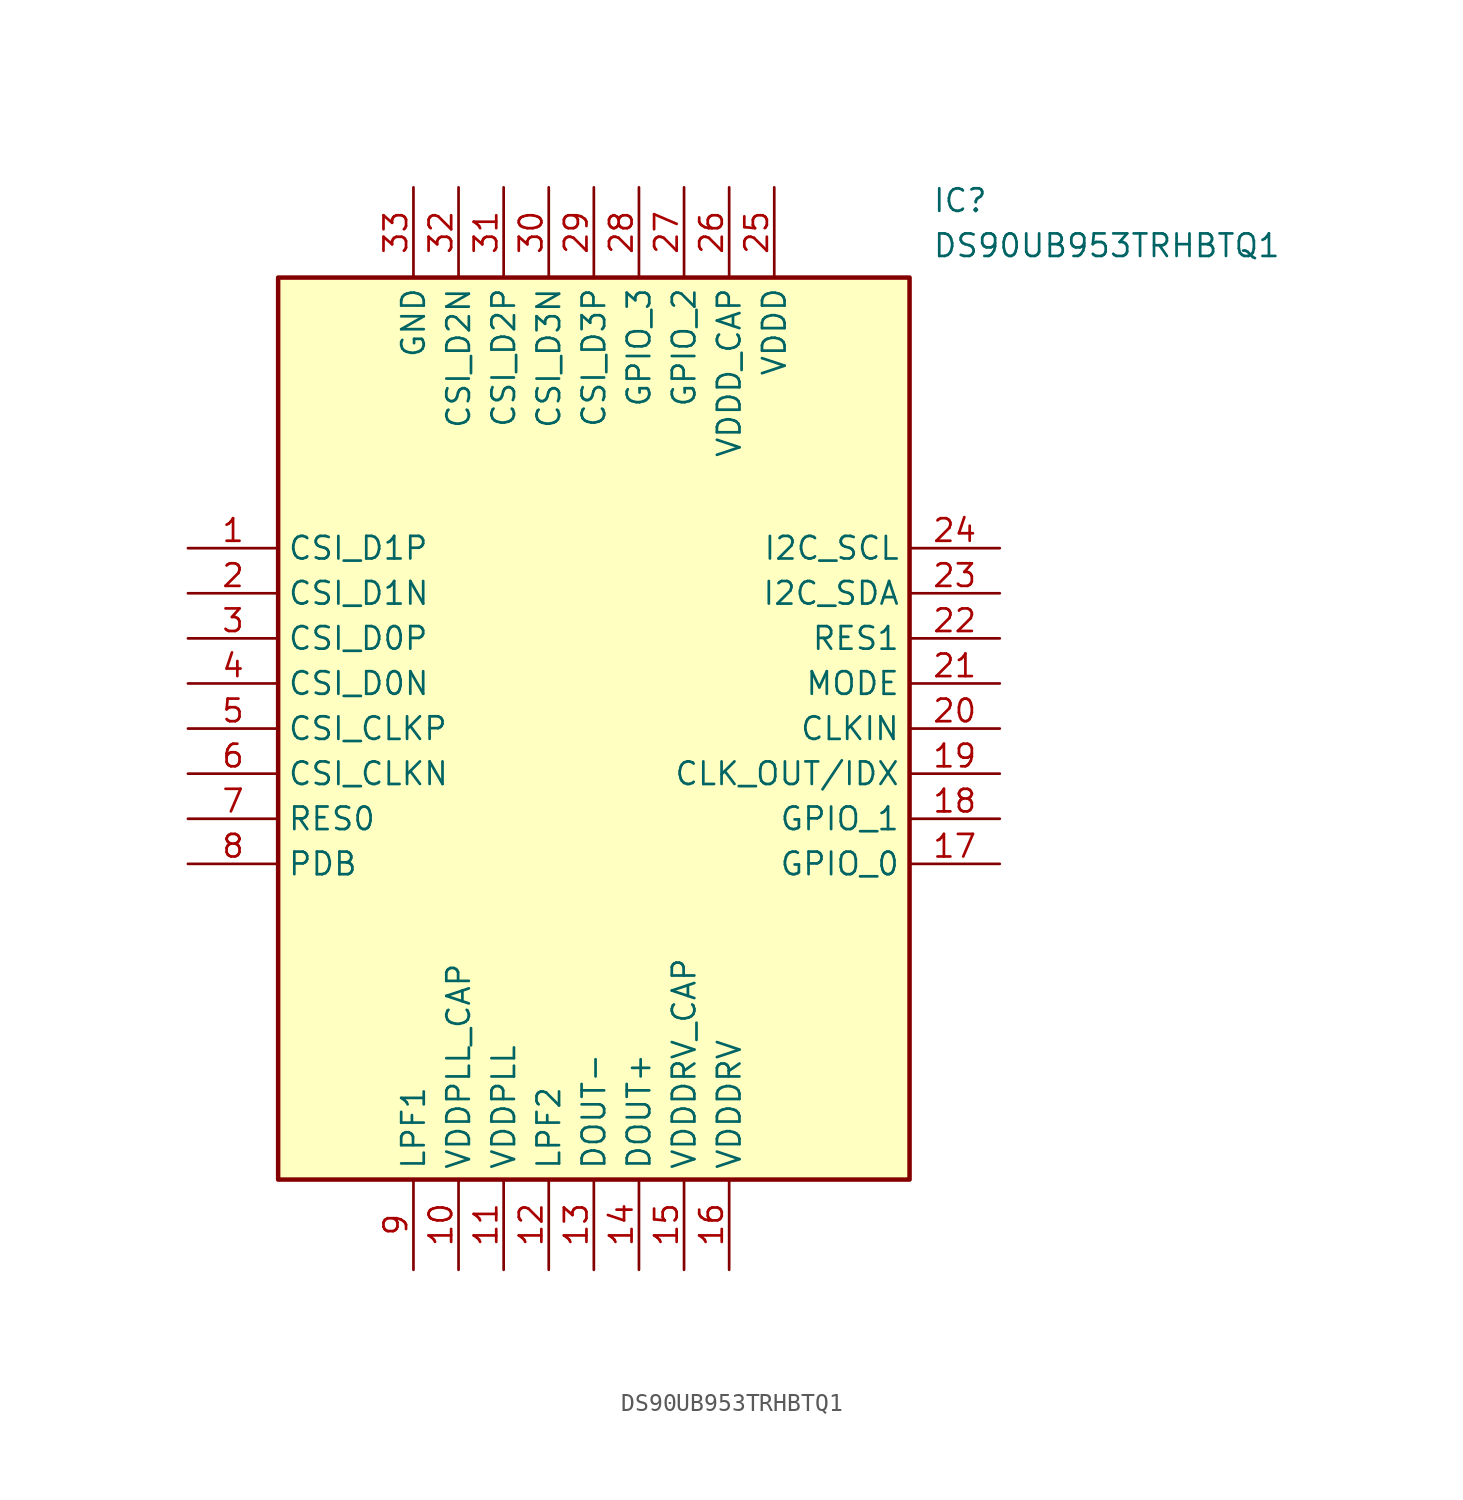
<source format=kicad_sym>
(kicad_symbol_lib
  (version 20211014)
  (generator SamacSys_ECAD_Model)
  (symbol "DS90UB953TRHBTQ1"
    (property "Reference" "IC"
      (at 41.91 20.32 0)
      (effects (font (size 1.27 1.27)) (justify left top)))
    (property "Value" "DS90UB953TRHBTQ1"
      (at 41.91 17.78 0)
      (effects (font (size 1.27 1.27)) (justify left top)))
    (rectangle
      (start 5.08 15.24)
      (end 40.64 -35.56)
      (stroke (width 0.254) (type default))
      (fill (type background)))
    (pin passive line
      (at 0 0 0)
      (length 5.08)
      (name "CSI_D1P" (effects (font (size 1.27 1.27))))
      (number "1" (effects (font (size 1.27 1.27)))))
    (pin passive line
      (at 0 -2.54 0)
      (length 5.08)
      (name "CSI_D1N" (effects (font (size 1.27 1.27))))
      (number "2" (effects (font (size 1.27 1.27)))))
    (pin passive line
      (at 0 -5.08 0)
      (length 5.08)
      (name "CSI_D0P" (effects (font (size 1.27 1.27))))
      (number "3" (effects (font (size 1.27 1.27)))))
    (pin passive line
      (at 0 -7.62 0)
      (length 5.08)
      (name "CSI_D0N" (effects (font (size 1.27 1.27))))
      (number "4" (effects (font (size 1.27 1.27)))))
    (pin passive line
      (at 0 -10.16 0)
      (length 5.08)
      (name "CSI_CLKP" (effects (font (size 1.27 1.27))))
      (number "5" (effects (font (size 1.27 1.27)))))
    (pin passive line
      (at 0 -12.7 0)
      (length 5.08)
      (name "CSI_CLKN" (effects (font (size 1.27 1.27))))
      (number "6" (effects (font (size 1.27 1.27)))))
    (pin passive line
      (at 0 -15.24 0)
      (length 5.08)
      (name "RES0" (effects (font (size 1.27 1.27))))
      (number "7" (effects (font (size 1.27 1.27)))))
    (pin passive line
      (at 0 -17.78 0)
      (length 5.08)
      (name "PDB" (effects (font (size 1.27 1.27))))
      (number "8" (effects (font (size 1.27 1.27)))))
    (pin passive line
      (at 12.7 -40.64 90)
      (length 5.08)
      (name "LPF1" (effects (font (size 1.27 1.27))))
      (number "9" (effects (font (size 1.27 1.27)))))
    (pin passive line
      (at 15.24 -40.64 90)
      (length 5.08)
      (name "VDDPLL_CAP" (effects (font (size 1.27 1.27))))
      (number "10" (effects (font (size 1.27 1.27)))))
    (pin passive line
      (at 17.78 -40.64 90)
      (length 5.08)
      (name "VDDPLL" (effects (font (size 1.27 1.27))))
      (number "11" (effects (font (size 1.27 1.27)))))
    (pin passive line
      (at 20.32 -40.64 90)
      (length 5.08)
      (name "LPF2" (effects (font (size 1.27 1.27))))
      (number "12" (effects (font (size 1.27 1.27)))))
    (pin passive line
      (at 22.86 -40.64 90)
      (length 5.08)
      (name "DOUT-" (effects (font (size 1.27 1.27))))
      (number "13" (effects (font (size 1.27 1.27)))))
    (pin passive line
      (at 25.4 -40.64 90)
      (length 5.08)
      (name "DOUT+" (effects (font (size 1.27 1.27))))
      (number "14" (effects (font (size 1.27 1.27)))))
    (pin passive line
      (at 27.94 -40.64 90)
      (length 5.08)
      (name "VDDDRV_CAP" (effects (font (size 1.27 1.27))))
      (number "15" (effects (font (size 1.27 1.27)))))
    (pin passive line
      (at 30.48 -40.64 90)
      (length 5.08)
      (name "VDDDRV" (effects (font (size 1.27 1.27))))
      (number "16" (effects (font (size 1.27 1.27)))))
    (pin passive line
      (at 45.72 0 180)
      (length 5.08)
      (name "I2C_SCL" (effects (font (size 1.27 1.27))))
      (number "24" (effects (font (size 1.27 1.27)))))
    (pin passive line
      (at 45.72 -2.54 180)
      (length 5.08)
      (name "I2C_SDA" (effects (font (size 1.27 1.27))))
      (number "23" (effects (font (size 1.27 1.27)))))
    (pin passive line
      (at 45.72 -5.08 180)
      (length 5.08)
      (name "RES1" (effects (font (size 1.27 1.27))))
      (number "22" (effects (font (size 1.27 1.27)))))
    (pin passive line
      (at 45.72 -7.62 180)
      (length 5.08)
      (name "MODE" (effects (font (size 1.27 1.27))))
      (number "21" (effects (font (size 1.27 1.27)))))
    (pin passive line
      (at 45.72 -10.16 180)
      (length 5.08)
      (name "CLKIN" (effects (font (size 1.27 1.27))))
      (number "20" (effects (font (size 1.27 1.27)))))
    (pin passive line
      (at 45.72 -12.7 180)
      (length 5.08)
      (name "CLK_OUT/IDX" (effects (font (size 1.27 1.27))))
      (number "19" (effects (font (size 1.27 1.27)))))
    (pin passive line
      (at 45.72 -15.24 180)
      (length 5.08)
      (name "GPIO_1" (effects (font (size 1.27 1.27))))
      (number "18" (effects (font (size 1.27 1.27)))))
    (pin passive line
      (at 45.72 -17.78 180)
      (length 5.08)
      (name "GPIO_0" (effects (font (size 1.27 1.27))))
      (number "17" (effects (font (size 1.27 1.27)))))
    (pin passive line
      (at 12.7 20.32 270)
      (length 5.08)
      (name "GND" (effects (font (size 1.27 1.27))))
      (number "33" (effects (font (size 1.27 1.27)))))
    (pin passive line
      (at 15.24 20.32 270)
      (length 5.08)
      (name "CSI_D2N" (effects (font (size 1.27 1.27))))
      (number "32" (effects (font (size 1.27 1.27)))))
    (pin passive line
      (at 17.78 20.32 270)
      (length 5.08)
      (name "CSI_D2P" (effects (font (size 1.27 1.27))))
      (number "31" (effects (font (size 1.27 1.27)))))
    (pin passive line
      (at 20.32 20.32 270)
      (length 5.08)
      (name "CSI_D3N" (effects (font (size 1.27 1.27))))
      (number "30" (effects (font (size 1.27 1.27)))))
    (pin passive line
      (at 22.86 20.32 270)
      (length 5.08)
      (name "CSI_D3P" (effects (font (size 1.27 1.27))))
      (number "29" (effects (font (size 1.27 1.27)))))
    (pin passive line
      (at 25.4 20.32 270)
      (length 5.08)
      (name "GPIO_3" (effects (font (size 1.27 1.27))))
      (number "28" (effects (font (size 1.27 1.27)))))
    (pin passive line
      (at 27.94 20.32 270)
      (length 5.08)
      (name "GPIO_2" (effects (font (size 1.27 1.27))))
      (number "27" (effects (font (size 1.27 1.27)))))
    (pin passive line
      (at 30.48 20.32 270)
      (length 5.08)
      (name "VDDD_CAP" (effects (font (size 1.27 1.27))))
      (number "26" (effects (font (size 1.27 1.27)))))
    (pin passive line
      (at 33.02 20.32 270)
      (length 5.08)
      (name "VDDD" (effects (font (size 1.27 1.27))))
      (number "25" (effects (font (size 1.27 1.27)))))))
</source>
